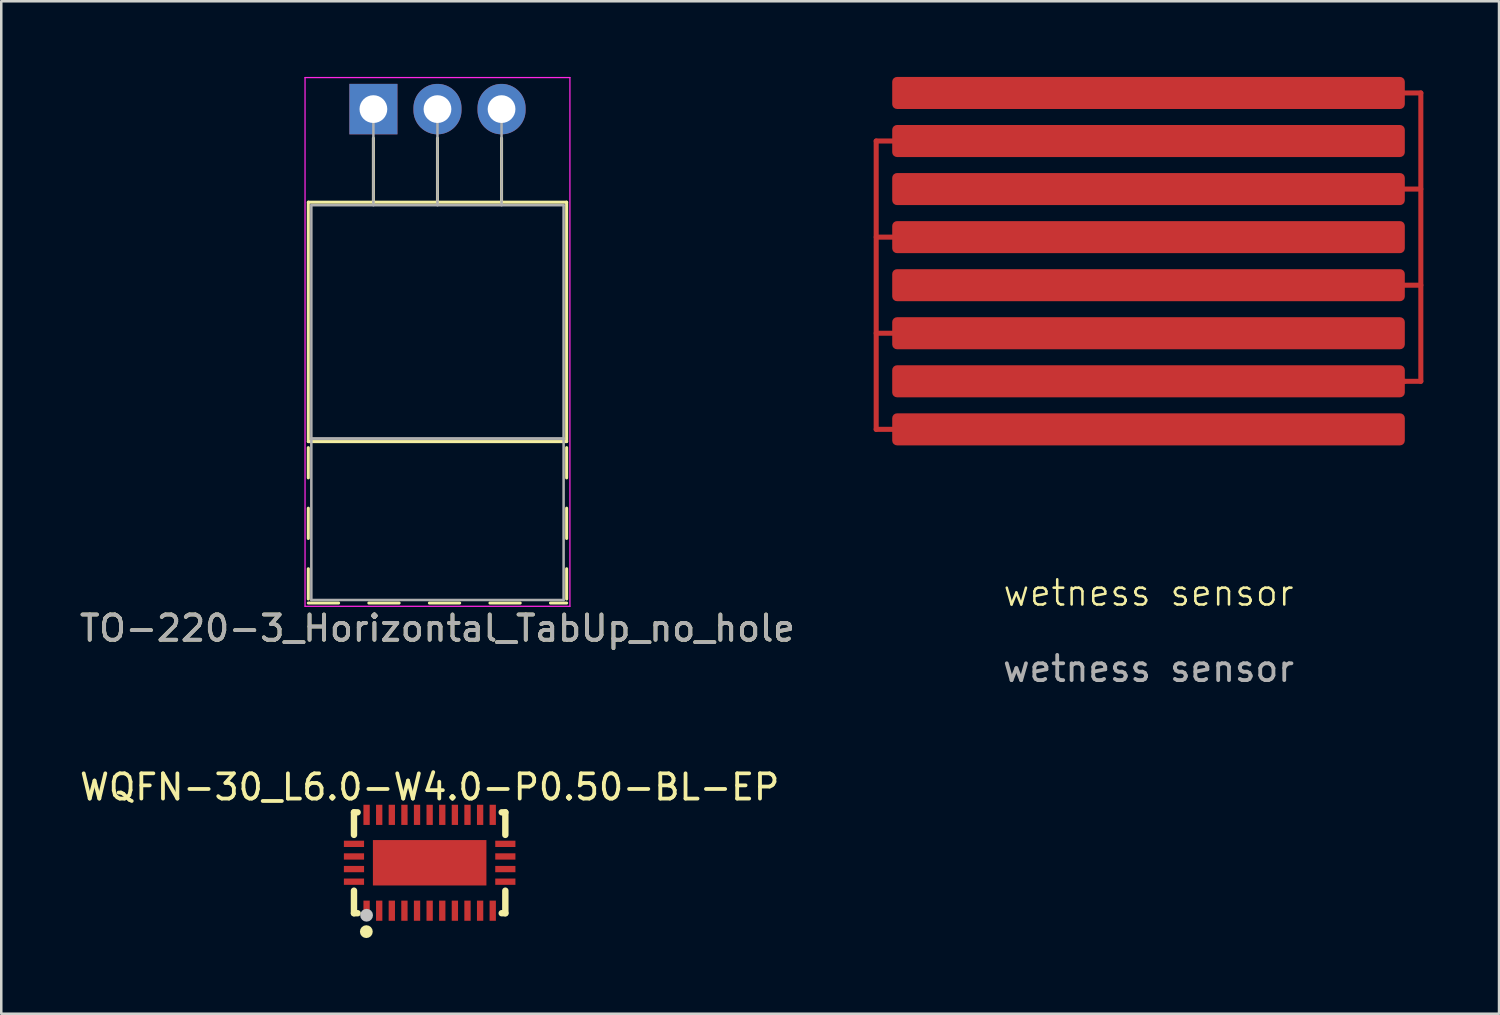
<source format=kicad_pcb>
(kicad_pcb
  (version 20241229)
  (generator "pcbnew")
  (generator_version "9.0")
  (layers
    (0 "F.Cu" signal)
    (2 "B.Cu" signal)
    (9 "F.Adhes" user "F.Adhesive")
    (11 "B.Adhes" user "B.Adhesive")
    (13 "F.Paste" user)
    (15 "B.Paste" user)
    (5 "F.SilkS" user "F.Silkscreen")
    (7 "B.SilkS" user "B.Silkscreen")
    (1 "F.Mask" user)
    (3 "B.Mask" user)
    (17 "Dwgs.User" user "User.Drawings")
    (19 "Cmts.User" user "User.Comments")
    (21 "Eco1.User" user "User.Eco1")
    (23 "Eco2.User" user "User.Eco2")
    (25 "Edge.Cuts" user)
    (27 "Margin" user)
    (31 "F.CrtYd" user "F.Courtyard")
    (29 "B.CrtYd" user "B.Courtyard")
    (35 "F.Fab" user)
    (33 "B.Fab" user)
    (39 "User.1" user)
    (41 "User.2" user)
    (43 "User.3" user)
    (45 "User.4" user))
  (footprint "wetness sensor"
    (layer "F.Cu")
    (at 42.478 20.955)
    (property "Reference" "wetness sensor" (at 0 -0.5 0) (unlocked yes) (layer "F.SilkS") (effects (font (size 1 1) (thickness 0.1))))
    (attr smd)
    (fp_line (start -10.795 -18.415) (end -10.795 -6.985) (stroke (width 0.2) (type default)) (layer "F.Cu"))
    (fp_line (start -10.795 -6.985) (end -9.525 -6.985) (stroke (width 0.2) (type default)) (layer "F.Cu"))
    (fp_line (start -10.16 -14.605) (end -10.795 -14.605) (stroke (width 0.2) (type default)) (layer "F.Cu"))
    (fp_line (start -10.16 -10.795) (end -10.795 -10.795) (stroke (width 0.2) (type default)) (layer "F.Cu"))
    (fp_line (start -8.89 -18.415) (end -10.795 -18.415) (stroke (width 0.2) (type default)) (layer "F.Cu"))
    (fp_line (start 9.842 -20.32) (end 10.795 -20.32) (stroke (width 0.2) (type default)) (layer "F.Cu"))
    (fp_line (start 10.16 -8.89) (end 8.89 -8.89) (stroke (width 0.2) (type default)) (layer "F.Cu"))
    (fp_line (start 10.795 -20.32) (end 10.795 -8.89) (stroke (width 0.2) (type default)) (layer "F.Cu"))
    (fp_line (start 10.795 -16.51) (end 9.525 -16.51) (stroke (width 0.2) (type default)) (layer "F.Cu"))
    (fp_line (start 10.795 -12.7) (end 9.525 -12.7) (stroke (width 0.2) (type default)) (layer "F.Cu"))
    (fp_line (start 10.795 -8.89) (end 10.16 -8.89) (stroke (width 0.2) (type default)) (layer "F.Cu"))
    (fp_text user "${REFERENCE}" (at 0 2.5 0) (unlocked yes) (layer "F.Fab") (effects (font (size 1 1) (thickness 0.15))))
    (pad "1" smd roundrect (at 0 -20.32) (size 20.32 1.27) (layers "F.Cu" "F.Mask" "F.Paste") (roundrect_rratio 0.15))
    (pad "1" smd roundrect (at 0 -16.51) (size 20.32 1.27) (layers "F.Cu" "F.Mask" "F.Paste") (roundrect_rratio 0.15))
    (pad "1" smd roundrect (at 0 -12.7) (size 20.32 1.27) (layers "F.Cu" "F.Mask" "F.Paste") (roundrect_rratio 0.15))
    (pad "1" smd roundrect (at 0 -8.89) (size 20.32 1.27) (layers "F.Cu" "F.Mask" "F.Paste") (roundrect_rratio 0.15))
    (pad "2" smd roundrect (at 0 -18.415) (size 20.32 1.27) (layers "F.Cu" "F.Mask" "F.Paste") (roundrect_rratio 0.15))
    (pad "2" smd roundrect (at 0 -14.605) (size 20.32 1.27) (layers "F.Cu" "F.Mask" "F.Paste") (roundrect_rratio 0.15))
    (pad "2" smd roundrect (at 0 -10.795) (size 20.32 1.27) (layers "F.Cu" "F.Mask" "F.Paste") (roundrect_rratio 0.15))
    (pad "2" smd roundrect (at 0 -6.985) (size 20.32 1.27) (layers "F.Cu" "F.Mask" "F.Paste") (roundrect_rratio 0.15)))
  (footprint "WQFN-30_L6.0-W4.0-P0.50-BL-EP"
    (layer "F.Cu")
    (at 13.982 31.151)
    (property "Reference" "WQFN-30_L6.0-W4.0-P0.50-BL-EP" (at 0 -3 0) (layer "F.SilkS") (effects (font (size 1 1) (thickness 0.15))))
    (fp_line (start -3 -2) (end -2.856 -2) (stroke (width 0.254) (type default)) (layer "F.SilkS"))
    (fp_line (start -3 -1.106) (end -3 -2) (stroke (width 0.254) (type default)) (layer "F.SilkS"))
    (fp_line (start -3 2) (end -3 1.106) (stroke (width 0.254) (type default)) (layer "F.SilkS"))
    (fp_line (start -2.856 2) (end -3 2) (stroke (width 0.254) (type default)) (layer "F.SilkS"))
    (fp_line (start 2.856 -2) (end 3 -2) (stroke (width 0.254) (type default)) (layer "F.SilkS"))
    (fp_line (start 3 -2) (end 3 -1.106) (stroke (width 0.254) (type default)) (layer "F.SilkS"))
    (fp_line (start 3 1.106) (end 3 2) (stroke (width 0.254) (type default)) (layer "F.SilkS"))
    (fp_line (start 3 2) (end 2.856 2) (stroke (width 0.254) (type default)) (layer "F.SilkS"))
    (fp_circle (center -2.51 2.73) (end -2.383 2.73) (stroke (width 0.254) (type default)) (fill no) (layer "F.SilkS"))
    (fp_poly (pts (xy -3.4 -0.625) (xy -3.4 -0.875) (xy -2.6 -0.875) (xy -2.6 -0.625)) (stroke (width 0) (type default)) (fill yes) (layer "F.Paste"))
    (fp_poly (pts (xy -3.4 -0.125) (xy -3.4 -0.375) (xy -2.6 -0.375) (xy -2.6 -0.125)) (stroke (width 0) (type default)) (fill yes) (layer "F.Paste"))
    (fp_poly (pts (xy -3.4 0.375) (xy -3.4 0.125) (xy -2.6 0.125) (xy -2.6 0.375)) (stroke (width 0) (type default)) (fill yes) (layer "F.Paste"))
    (fp_poly (pts (xy -3.4 0.875) (xy -3.4 0.625) (xy -2.6 0.625) (xy -2.6 0.875)) (stroke (width 0) (type default)) (fill yes) (layer "F.Paste"))
    (fp_poly (pts (xy -2.375 -1.5) (xy -2.625 -1.5) (xy -2.625 -2.3) (xy -2.375 -2.3)) (stroke (width 0) (type default)) (fill yes) (layer "F.Paste"))
    (fp_poly (pts (xy -2.375 2.3) (xy -2.625 2.3) (xy -2.625 1.5) (xy -2.375 1.5)) (stroke (width 0) (type default)) (fill yes) (layer "F.Paste"))
    (fp_poly (pts (xy -2.125 -2.3) (xy -1.875 -2.3) (xy -1.875 -1.5) (xy -2.125 -1.5)) (stroke (width 0) (type default)) (fill yes) (layer "F.Paste"))
    (fp_poly (pts (xy -1.875 2.3) (xy -2.125 2.3) (xy -2.125 1.5) (xy -1.875 1.5)) (stroke (width 0) (type default)) (fill yes) (layer "F.Paste"))
    (fp_poly (pts (xy -1.625 -2.3) (xy -1.375 -2.3) (xy -1.375 -1.5) (xy -1.625 -1.5)) (stroke (width 0) (type default)) (fill yes) (layer "F.Paste"))
    (fp_poly (pts (xy -1.375 2.3) (xy -1.625 2.3) (xy -1.625 1.5) (xy -1.375 1.5)) (stroke (width 0) (type default)) (fill yes) (layer "F.Paste"))
    (fp_poly (pts (xy -1.125 -2.3) (xy -0.875 -2.3) (xy -0.875 -1.5) (xy -1.125 -1.5)) (stroke (width 0) (type default)) (fill yes) (layer "F.Paste"))
    (fp_poly (pts (xy -0.875 2.3) (xy -1.125 2.3) (xy -1.125 1.5) (xy -0.875 1.5)) (stroke (width 0) (type default)) (fill yes) (layer "F.Paste"))
    (fp_poly (pts (xy -0.625 -2.3) (xy -0.375 -2.3) (xy -0.375 -1.5) (xy -0.625 -1.5)) (stroke (width 0) (type default)) (fill yes) (layer "F.Paste"))
    (fp_poly (pts (xy -0.375 2.3) (xy -0.625 2.3) (xy -0.625 1.5) (xy -0.375 1.5)) (stroke (width 0) (type default)) (fill yes) (layer "F.Paste"))
    (fp_poly (pts (xy -0.125 -2.3) (xy 0.125 -2.3) (xy 0.125 -1.5) (xy -0.125 -1.5)) (stroke (width 0) (type default)) (fill yes) (layer "F.Paste"))
    (fp_poly (pts (xy 0.125 2.3) (xy -0.125 2.3) (xy -0.125 1.5) (xy 0.125 1.5)) (stroke (width 0) (type default)) (fill yes) (layer "F.Paste"))
    (fp_poly (pts (xy 0.375 -2.3) (xy 0.625 -2.3) (xy 0.625 -1.5) (xy 0.375 -1.5)) (stroke (width 0) (type default)) (fill yes) (layer "F.Paste"))
    (fp_poly (pts (xy 0.625 2.3) (xy 0.375 2.3) (xy 0.375 1.5) (xy 0.625 1.5)) (stroke (width 0) (type default)) (fill yes) (layer "F.Paste"))
    (fp_poly (pts (xy 0.875 -2.3) (xy 1.125 -2.3) (xy 1.125 -1.5) (xy 0.875 -1.5)) (stroke (width 0) (type default)) (fill yes) (layer "F.Paste"))
    (fp_poly (pts (xy 1.125 2.3) (xy 0.875 2.3) (xy 0.875 1.5) (xy 1.125 1.5)) (stroke (width 0) (type default)) (fill yes) (layer "F.Paste"))
    (fp_poly (pts (xy 1.375 -2.3) (xy 1.625 -2.3) (xy 1.625 -1.5) (xy 1.375 -1.5)) (stroke (width 0) (type default)) (fill yes) (layer "F.Paste"))
    (fp_poly (pts (xy 1.625 2.3) (xy 1.375 2.3) (xy 1.375 1.5) (xy 1.625 1.5)) (stroke (width 0) (type default)) (fill yes) (layer "F.Paste"))
    (fp_poly (pts (xy 1.8 -0.72) (xy 1.8 0.72) (xy -1.8 0.72) (xy -1.8 -0.72)) (stroke (width 0) (type default)) (fill yes) (layer "F.Paste"))
    (fp_poly (pts (xy 1.875 -2.3) (xy 2.125 -2.3) (xy 2.125 -1.5) (xy 1.875 -1.5)) (stroke (width 0) (type default)) (fill yes) (layer "F.Paste"))
    (fp_poly (pts (xy 2.125 2.3) (xy 1.875 2.3) (xy 1.875 1.5) (xy 2.125 1.5)) (stroke (width 0) (type default)) (fill yes) (layer "F.Paste"))
    (fp_poly (pts (xy 2.375 -2.3) (xy 2.625 -2.3) (xy 2.625 -1.5) (xy 2.375 -1.5)) (stroke (width 0) (type default)) (fill yes) (layer "F.Paste"))
    (fp_poly (pts (xy 2.375 1.5) (xy 2.625 1.5) (xy 2.625 2.3) (xy 2.375 2.3)) (stroke (width 0) (type default)) (fill yes) (layer "F.Paste"))
    (fp_poly (pts (xy 3.4 -0.875) (xy 3.4 -0.625) (xy 2.6 -0.625) (xy 2.6 -0.875)) (stroke (width 0) (type default)) (fill yes) (layer "F.Paste"))
    (fp_poly (pts (xy 3.4 -0.375) (xy 3.4 -0.125) (xy 2.6 -0.125) (xy 2.6 -0.375)) (stroke (width 0) (type default)) (fill yes) (layer "F.Paste"))
    (fp_poly (pts (xy 3.4 0.125) (xy 3.4 0.375) (xy 2.6 0.375) (xy 2.6 0.125)) (stroke (width 0) (type default)) (fill yes) (layer "F.Paste"))
    (fp_poly (pts (xy 3.4 0.625) (xy 3.4 0.875) (xy 2.6 0.875) (xy 2.6 0.625)) (stroke (width 0) (type default)) (fill yes) (layer "F.Paste"))
    (fp_circle (center -2.5 2.08) (end -2.373 2.08) (stroke (width 0.254) (type default)) (fill no) (layer "Dwgs.User"))
    (fp_poly (pts (xy -2.6 -0.875) (xy -2.6 -0.625) (xy -3 -0.625) (xy -3 -0.875)) (stroke (width 0.1) (type default)) (fill no) (layer "User.1"))
    (fp_poly (pts (xy -2.6 -0.375) (xy -2.6 -0.125) (xy -3 -0.125) (xy -3 -0.375)) (stroke (width 0.1) (type default)) (fill no) (layer "User.1"))
    (fp_poly (pts (xy -2.6 0.125) (xy -2.6 0.375) (xy -3 0.375) (xy -3 0.125)) (stroke (width 0.1) (type default)) (fill no) (layer "User.1"))
    (fp_poly (pts (xy -2.6 0.625) (xy -2.6 0.875) (xy -3 0.875) (xy -3 0.625)) (stroke (width 0.1) (type default)) (fill no) (layer "User.1"))
    (fp_poly (pts (xy -2.375 -1.5) (xy -2.625 -1.5) (xy -2.625 -2) (xy -2.375 -2)) (stroke (width 0.1) (type default)) (fill no) (layer "User.1"))
    (fp_poly (pts (xy -2.375 2) (xy -2.625 2) (xy -2.625 1.5) (xy -2.375 1.5)) (stroke (width 0.1) (type default)) (fill no) (layer "User.1"))
    (fp_poly (pts (xy -2.125 -2) (xy -1.875 -2) (xy -1.875 -1.5) (xy -2.125 -1.5)) (stroke (width 0.1) (type default)) (fill no) (layer "User.1"))
    (fp_poly (pts (xy -1.875 2) (xy -2.125 2) (xy -2.125 1.5) (xy -1.875 1.5)) (stroke (width 0.1) (type default)) (fill no) (layer "User.1"))
    (fp_poly (pts (xy -1.625 -2) (xy -1.375 -2) (xy -1.375 -1.5) (xy -1.625 -1.5)) (stroke (width 0.1) (type default)) (fill no) (layer "User.1"))
    (fp_poly (pts (xy -1.375 2) (xy -1.625 2) (xy -1.625 1.5) (xy -1.375 1.5)) (stroke (width 0.1) (type default)) (fill no) (layer "User.1"))
    (fp_poly (pts (xy -1.125 -2) (xy -0.875 -2) (xy -0.875 -1.5) (xy -1.125 -1.5)) (stroke (width 0.1) (type default)) (fill no) (layer "User.1"))
    (fp_poly (pts (xy -0.875 2) (xy -1.125 2) (xy -1.125 1.5) (xy -0.875 1.5)) (stroke (width 0.1) (type default)) (fill no) (layer "User.1"))
    (fp_poly (pts (xy -0.625 -2) (xy -0.375 -2) (xy -0.375 -1.5) (xy -0.625 -1.5)) (stroke (width 0.1) (type default)) (fill no) (layer "User.1"))
    (fp_poly (pts (xy -0.375 2) (xy -0.625 2) (xy -0.625 1.5) (xy -0.375 1.5)) (stroke (width 0.1) (type default)) (fill no) (layer "User.1"))
    (fp_poly (pts (xy -0.125 -2) (xy 0.125 -2) (xy 0.125 -1.5) (xy -0.125 -1.5)) (stroke (width 0.1) (type default)) (fill no) (layer "User.1"))
    (fp_poly (pts (xy 0.125 2) (xy -0.125 2) (xy -0.125 1.5) (xy 0.125 1.5)) (stroke (width 0.1) (type default)) (fill no) (layer "User.1"))
    (fp_poly (pts (xy 0.375 -2) (xy 0.625 -2) (xy 0.625 -1.5) (xy 0.375 -1.5)) (stroke (width 0.1) (type default)) (fill no) (layer "User.1"))
    (fp_poly (pts (xy 0.625 2) (xy 0.375 2) (xy 0.375 1.5) (xy 0.625 1.5)) (stroke (width 0.1) (type default)) (fill no) (layer "User.1"))
    (fp_poly (pts (xy 0.875 -2) (xy 1.125 -2) (xy 1.125 -1.5) (xy 0.875 -1.5)) (stroke (width 0.1) (type default)) (fill no) (layer "User.1"))
    (fp_poly (pts (xy 1.125 2) (xy 0.875 2) (xy 0.875 1.5) (xy 1.125 1.5)) (stroke (width 0.1) (type default)) (fill no) (layer "User.1"))
    (fp_poly (pts (xy 1.375 -2) (xy 1.625 -2) (xy 1.625 -1.5) (xy 1.375 -1.5)) (stroke (width 0.1) (type default)) (fill no) (layer "User.1"))
    (fp_poly (pts (xy 1.625 2) (xy 1.375 2) (xy 1.375 1.5) (xy 1.625 1.5)) (stroke (width 0.1) (type default)) (fill no) (layer "User.1"))
    (fp_poly (pts (xy 1.875 -2) (xy 2.125 -2) (xy 2.125 -1.5) (xy 1.875 -1.5)) (stroke (width 0.1) (type default)) (fill no) (layer "User.1"))
    (fp_poly (pts (xy 2.125 2) (xy 1.875 2) (xy 1.875 1.5) (xy 2.125 1.5)) (stroke (width 0.1) (type default)) (fill no) (layer "User.1"))
    (fp_poly (pts (xy 2.25 -0.9) (xy 2.25 0.9) (xy -2.25 0.9) (xy -2.25 -0.9)) (stroke (width 0.1) (type default)) (fill no) (layer "User.1"))
    (fp_poly (pts (xy 2.375 -2) (xy 2.625 -2) (xy 2.625 -1.5) (xy 2.375 -1.5)) (stroke (width 0.1) (type default)) (fill no) (layer "User.1"))
    (fp_poly (pts (xy 2.375 1.5) (xy 2.625 1.5) (xy 2.625 2) (xy 2.375 2)) (stroke (width 0.1) (type default)) (fill no) (layer "User.1"))
    (fp_poly (pts (xy 2.6 -0.625) (xy 2.6 -0.875) (xy 3 -0.875) (xy 3 -0.625)) (stroke (width 0.1) (type default)) (fill no) (layer "User.1"))
    (fp_poly (pts (xy 2.6 -0.125) (xy 2.6 -0.375) (xy 3 -0.375) (xy 3 -0.125)) (stroke (width 0.1) (type default)) (fill no) (layer "User.1"))
    (fp_poly (pts (xy 2.6 0.375) (xy 2.6 0.125) (xy 3 0.125) (xy 3 0.375)) (stroke (width 0.1) (type default)) (fill no) (layer "User.1"))
    (fp_poly (pts (xy 2.6 0.875) (xy 2.6 0.625) (xy 3 0.625) (xy 3 0.875)) (stroke (width 0.1) (type default)) (fill no) (layer "User.1"))
    (fp_line (start -3 -2) (end 3 -2) (stroke (width 0.051) (type default)) (layer "User.2"))
    (fp_line (start -3 2) (end -3 -2) (stroke (width 0.051) (type default)) (layer "User.2"))
    (fp_line (start 3 -2) (end 3 2) (stroke (width 0.051) (type default)) (layer "User.2"))
    (fp_line (start 3 2) (end -3 2) (stroke (width 0.051) (type default)) (layer "User.2"))
    (fp_poly (pts (xy -2.945 1.977) (xy -2.977 1.945) (xy -3.023 1.945) (xy -3.055 1.977) (xy -3.055 2.023) (xy -3.023 2.055) (xy -2.977 2.055) (xy -2.945 2.023)) (stroke (width 0.1) (type default)) (fill no) (layer "User.3"))
    (pad "1" smd rect (at -2.5 1.9 180) (size 0.25 0.8) (layers "F.Cu" "F.Mask" "F.Paste"))
    (pad "2" smd rect (at -2 1.9 180) (size 0.25 0.8) (layers "F.Cu" "F.Mask" "F.Paste"))
    (pad "3" smd rect (at -1.5 1.9 180) (size 0.25 0.8) (layers "F.Cu" "F.Mask" "F.Paste"))
    (pad "4" smd rect (at -1 1.9 180) (size 0.25 0.8) (layers "F.Cu" "F.Mask" "F.Paste"))
    (pad "5" smd rect (at -0.5 1.9 180) (size 0.25 0.8) (layers "F.Cu" "F.Mask" "F.Paste"))
    (pad "6" smd rect (at 0 1.9 180) (size 0.25 0.8) (layers "F.Cu" "F.Mask" "F.Paste"))
    (pad "7" smd rect (at 0.5 1.9 180) (size 0.25 0.8) (layers "F.Cu" "F.Mask" "F.Paste"))
    (pad "8" smd rect (at 1 1.9 180) (size 0.25 0.8) (layers "F.Cu" "F.Mask" "F.Paste"))
    (pad "9" smd rect (at 1.5 1.9 180) (size 0.25 0.8) (layers "F.Cu" "F.Mask" "F.Paste"))
    (pad "10" smd rect (at 2 1.9 180) (size 0.25 0.8) (layers "F.Cu" "F.Mask" "F.Paste"))
    (pad "11" smd rect (at 2.5 1.9) (size 0.25 0.8) (layers "F.Cu" "F.Mask" "F.Paste"))
    (pad "12" smd rect (at 3 0.75 270) (size 0.25 0.8) (layers "F.Cu" "F.Mask" "F.Paste"))
    (pad "13" smd rect (at 3 0.25 270) (size 0.25 0.8) (layers "F.Cu" "F.Mask" "F.Paste"))
    (pad "14" smd rect (at 3 -0.25 270) (size 0.25 0.8) (layers "F.Cu" "F.Mask" "F.Paste"))
    (pad "15" smd rect (at 3 -0.75 270) (size 0.25 0.8) (layers "F.Cu" "F.Mask" "F.Paste"))
    (pad "16" smd rect (at 2.5 -1.9) (size 0.25 0.8) (layers "F.Cu" "F.Mask" "F.Paste"))
    (pad "17" smd rect (at 2 -1.9) (size 0.25 0.8) (layers "F.Cu" "F.Mask" "F.Paste"))
    (pad "18" smd rect (at 1.5 -1.9) (size 0.25 0.8) (layers "F.Cu" "F.Mask" "F.Paste"))
    (pad "19" smd rect (at 1 -1.9) (size 0.25 0.8) (layers "F.Cu" "F.Mask" "F.Paste"))
    (pad "20" smd rect (at 0.5 -1.9) (size 0.25 0.8) (layers "F.Cu" "F.Mask" "F.Paste"))
    (pad "21" smd rect (at 0 -1.9) (size 0.25 0.8) (layers "F.Cu" "F.Mask" "F.Paste"))
    (pad "22" smd rect (at -0.5 -1.9) (size 0.25 0.8) (layers "F.Cu" "F.Mask" "F.Paste"))
    (pad "23" smd rect (at -1 -1.9) (size 0.25 0.8) (layers "F.Cu" "F.Mask" "F.Paste"))
    (pad "24" smd rect (at -1.5 -1.9) (size 0.25 0.8) (layers "F.Cu" "F.Mask" "F.Paste"))
    (pad "25" smd rect (at -2 -1.9) (size 0.25 0.8) (layers "F.Cu" "F.Mask" "F.Paste"))
    (pad "26" smd rect (at -2.5 -1.9 180) (size 0.25 0.8) (layers "F.Cu" "F.Mask" "F.Paste"))
    (pad "27" smd rect (at -3 -0.75 90) (size 0.25 0.8) (layers "F.Cu" "F.Mask" "F.Paste"))
    (pad "28" smd rect (at -3 -0.25 90) (size 0.25 0.8) (layers "F.Cu" "F.Mask" "F.Paste"))
    (pad "29" smd rect (at -3 0.25 90) (size 0.25 0.8) (layers "F.Cu" "F.Mask" "F.Paste"))
    (pad "30" smd rect (at -3 0.75 90) (size 0.25 0.8) (layers "F.Cu" "F.Mask" "F.Paste"))
    (pad "31" smd rect (at 0 0 270) (size 1.8 4.5) (layers "F.Cu" "F.Mask" "F.Paste")))
  (footprint "TO-220-3_Horizontal_TabUp_no_hole"
    (layer "F.Cu")
    (at 11.752 1.275)
    (property "Reference" "TO-220-3_Horizontal_TabUp_no_hole" (at 2.54 20.58 180) (layer "F.SilkS") (effects (font (size 1 1) (thickness 0.15))))
    (attr through_hole)
    (fp_line (start -2.58 3.69) (end -2.58 13.18) (stroke (width 0.12) (type solid)) (layer "F.SilkS"))
    (fp_line (start -2.58 3.69) (end 7.66 3.69) (stroke (width 0.12) (type solid)) (layer "F.SilkS"))
    (fp_line (start -2.58 13.18) (end 7.66 13.18) (stroke (width 0.12) (type solid)) (layer "F.SilkS"))
    (fp_line (start -2.58 13.42) (end -2.58 14.62) (stroke (width 0.12) (type solid)) (layer "F.SilkS"))
    (fp_line (start -2.58 15.82) (end -2.58 17.02) (stroke (width 0.12) (type solid)) (layer "F.SilkS"))
    (fp_line (start -2.58 18.22) (end -2.58 19.42) (stroke (width 0.12) (type solid)) (layer "F.SilkS"))
    (fp_line (start -2.58 19.58) (end -1.38 19.58) (stroke (width 0.12) (type solid)) (layer "F.SilkS"))
    (fp_line (start -0.181 19.58) (end 1.02 19.58) (stroke (width 0.12) (type solid)) (layer "F.SilkS"))
    (fp_line (start 0 1.15) (end 0 3.69) (stroke (width 0.12) (type solid)) (layer "F.SilkS"))
    (fp_line (start 2.22 19.58) (end 3.42 19.58) (stroke (width 0.12) (type solid)) (layer "F.SilkS"))
    (fp_line (start 2.54 1.15) (end 2.54 3.69) (stroke (width 0.12) (type solid)) (layer "F.SilkS"))
    (fp_line (start 4.62 19.58) (end 5.82 19.58) (stroke (width 0.12) (type solid)) (layer "F.SilkS"))
    (fp_line (start 5.08 1.15) (end 5.08 3.69) (stroke (width 0.12) (type solid)) (layer "F.SilkS"))
    (fp_line (start 7.02 19.58) (end 7.66 19.58) (stroke (width 0.12) (type solid)) (layer "F.SilkS"))
    (fp_line (start 7.66 3.69) (end 7.66 13.18) (stroke (width 0.12) (type solid)) (layer "F.SilkS"))
    (fp_line (start 7.66 13.42) (end 7.66 14.62) (stroke (width 0.12) (type solid)) (layer "F.SilkS"))
    (fp_line (start 7.66 15.82) (end 7.66 17.02) (stroke (width 0.12) (type solid)) (layer "F.SilkS"))
    (fp_line (start 7.66 18.22) (end 7.66 19.42) (stroke (width 0.12) (type solid)) (layer "F.SilkS"))
    (fp_line (start -2.71 -1.25) (end -2.71 19.71) (stroke (width 0.05) (type solid)) (layer "F.CrtYd"))
    (fp_line (start -2.71 19.71) (end 7.79 19.71) (stroke (width 0.05) (type solid)) (layer "F.CrtYd"))
    (fp_line (start 7.79 -1.25) (end -2.71 -1.25) (stroke (width 0.05) (type solid)) (layer "F.CrtYd"))
    (fp_line (start 7.79 19.71) (end 7.79 -1.25) (stroke (width 0.05) (type solid)) (layer "F.CrtYd"))
    (fp_line (start -2.46 3.81) (end -2.46 13.06) (stroke (width 0.1) (type solid)) (layer "F.Fab"))
    (fp_line (start -2.46 13.06) (end -2.46 19.46) (stroke (width 0.1) (type solid)) (layer "F.Fab"))
    (fp_line (start -2.46 13.06) (end 7.54 13.06) (stroke (width 0.1) (type solid)) (layer "F.Fab"))
    (fp_line (start -2.46 19.46) (end 7.54 19.46) (stroke (width 0.1) (type solid)) (layer "F.Fab"))
    (fp_line (start 0 3.81) (end 0 0) (stroke (width 0.1) (type solid)) (layer "F.Fab"))
    (fp_line (start 2.54 3.81) (end 2.54 0) (stroke (width 0.1) (type solid)) (layer "F.Fab"))
    (fp_line (start 5.08 3.81) (end 5.08 0) (stroke (width 0.1) (type solid)) (layer "F.Fab"))
    (fp_line (start 7.54 3.81) (end -2.46 3.81) (stroke (width 0.1) (type solid)) (layer "F.Fab"))
    (fp_line (start 7.54 13.06) (end -2.46 13.06) (stroke (width 0.1) (type solid)) (layer "F.Fab"))
    (fp_line (start 7.54 13.06) (end 7.54 3.81) (stroke (width 0.1) (type solid)) (layer "F.Fab"))
    (fp_line (start 7.54 19.46) (end 7.54 13.06) (stroke (width 0.1) (type solid)) (layer "F.Fab"))
    (fp_text user "${REFERENCE}" (at 2.54 20.58 180) (layer "F.Fab") (effects (font (size 1 1) (thickness 0.15))))
    (pad "1" thru_hole rect (at 0 0) (size 1.905 2) (drill 1.1) (layers "*.Cu" "*.Mask"))
    (pad "2" thru_hole oval (at 2.54 0) (size 1.905 2) (drill 1.1) (layers "*.Cu" "*.Mask"))
    (pad "3" thru_hole oval (at 5.08 0) (size 1.905 2) (drill 1.1) (layers "*.Cu" "*.Mask")))
  (gr_rect
    (start -3 -3)
    (end 56.373 37.136)
    (stroke (width 0.1) (type default))
    (fill no)
    (layer "Edge.Cuts")))
</source>
